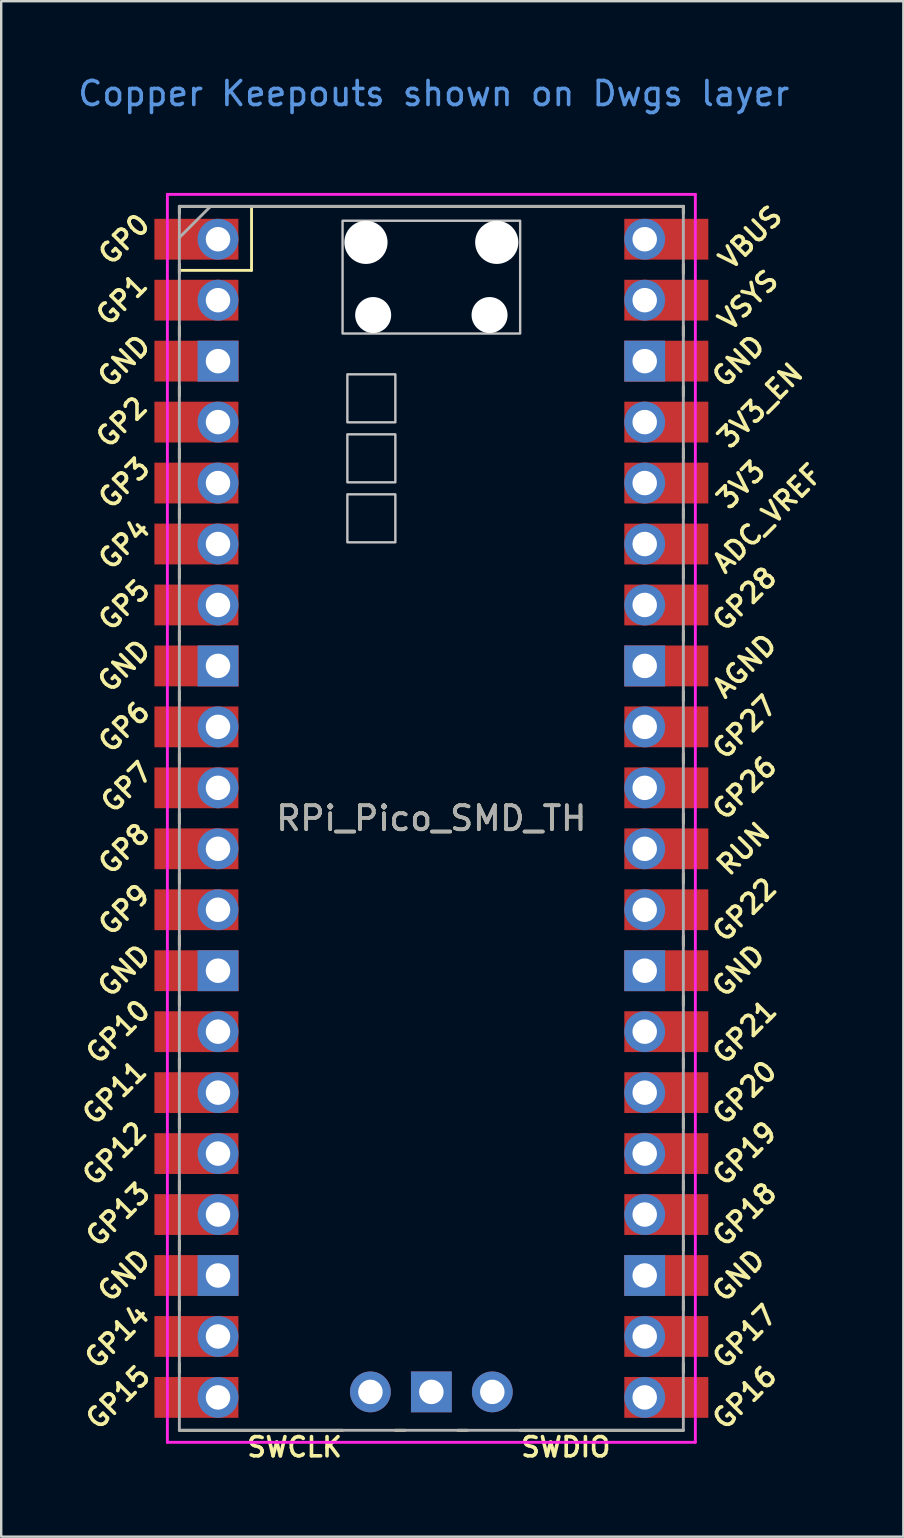
<source format=kicad_pcb>
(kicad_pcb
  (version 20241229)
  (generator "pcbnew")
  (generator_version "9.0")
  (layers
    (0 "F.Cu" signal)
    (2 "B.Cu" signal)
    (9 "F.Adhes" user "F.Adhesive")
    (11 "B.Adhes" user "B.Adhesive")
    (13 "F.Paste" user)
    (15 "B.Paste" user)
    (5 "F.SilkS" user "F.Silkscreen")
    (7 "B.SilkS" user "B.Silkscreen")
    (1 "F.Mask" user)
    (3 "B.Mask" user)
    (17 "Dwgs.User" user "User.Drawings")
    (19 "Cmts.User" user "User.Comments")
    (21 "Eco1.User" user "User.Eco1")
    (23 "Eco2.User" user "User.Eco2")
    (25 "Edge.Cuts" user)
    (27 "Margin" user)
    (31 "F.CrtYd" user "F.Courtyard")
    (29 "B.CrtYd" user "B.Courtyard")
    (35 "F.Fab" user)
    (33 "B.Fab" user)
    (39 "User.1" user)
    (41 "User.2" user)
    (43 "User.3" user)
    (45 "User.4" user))
  (footprint "RPi_Pico_SMD_TH"
    (layer "F.Cu")
    (at 14.924 31.048)
    (property "Reference" "RPi_Pico_SMD_TH" (at 0 0 0) (layer "F.SilkS") (effects (font (size 1 1) (thickness 0.15))))
    (attr through_hole)
    (fp_line (start -10.5 -25.5) (end -10.5 -25.2) (stroke (width 0.12) (type solid)) (layer "F.SilkS"))
    (fp_line (start -10.5 -25.5) (end 10.5 -25.5) (stroke (width 0.12) (type solid)) (layer "F.SilkS"))
    (fp_line (start -10.5 -23.1) (end -10.5 -22.7) (stroke (width 0.12) (type solid)) (layer "F.SilkS"))
    (fp_line (start -10.5 -22.833) (end -7.493 -22.833) (stroke (width 0.12) (type solid)) (layer "F.SilkS"))
    (fp_line (start -10.5 -20.5) (end -10.5 -20.1) (stroke (width 0.12) (type solid)) (layer "F.SilkS"))
    (fp_line (start -10.5 -18) (end -10.5 -17.6) (stroke (width 0.12) (type solid)) (layer "F.SilkS"))
    (fp_line (start -10.5 -15.4) (end -10.5 -15) (stroke (width 0.12) (type solid)) (layer "F.SilkS"))
    (fp_line (start -10.5 -12.9) (end -10.5 -12.5) (stroke (width 0.12) (type solid)) (layer "F.SilkS"))
    (fp_line (start -10.5 -10.4) (end -10.5 -10) (stroke (width 0.12) (type solid)) (layer "F.SilkS"))
    (fp_line (start -10.5 -7.8) (end -10.5 -7.4) (stroke (width 0.12) (type solid)) (layer "F.SilkS"))
    (fp_line (start -10.5 -5.3) (end -10.5 -4.9) (stroke (width 0.12) (type solid)) (layer "F.SilkS"))
    (fp_line (start -10.5 -2.7) (end -10.5 -2.3) (stroke (width 0.12) (type solid)) (layer "F.SilkS"))
    (fp_line (start -10.5 -0.2) (end -10.5 0.2) (stroke (width 0.12) (type solid)) (layer "F.SilkS"))
    (fp_line (start -10.5 2.3) (end -10.5 2.7) (stroke (width 0.12) (type solid)) (layer "F.SilkS"))
    (fp_line (start -10.5 4.9) (end -10.5 5.3) (stroke (width 0.12) (type solid)) (layer "F.SilkS"))
    (fp_line (start -10.5 7.4) (end -10.5 7.8) (stroke (width 0.12) (type solid)) (layer "F.SilkS"))
    (fp_line (start -10.5 10) (end -10.5 10.4) (stroke (width 0.12) (type solid)) (layer "F.SilkS"))
    (fp_line (start -10.5 12.5) (end -10.5 12.9) (stroke (width 0.12) (type solid)) (layer "F.SilkS"))
    (fp_line (start -10.5 15.1) (end -10.5 15.5) (stroke (width 0.12) (type solid)) (layer "F.SilkS"))
    (fp_line (start -10.5 17.6) (end -10.5 18) (stroke (width 0.12) (type solid)) (layer "F.SilkS"))
    (fp_line (start -10.5 20.1) (end -10.5 20.5) (stroke (width 0.12) (type solid)) (layer "F.SilkS"))
    (fp_line (start -10.5 22.7) (end -10.5 23.1) (stroke (width 0.12) (type solid)) (layer "F.SilkS"))
    (fp_line (start -7.493 -22.833) (end -7.493 -25.5) (stroke (width 0.12) (type solid)) (layer "F.SilkS"))
    (fp_line (start -3.7 25.5) (end -10.5 25.5) (stroke (width 0.12) (type solid)) (layer "F.SilkS"))
    (fp_line (start -1.5 25.5) (end -1.1 25.5) (stroke (width 0.12) (type solid)) (layer "F.SilkS"))
    (fp_line (start 1.1 25.5) (end 1.5 25.5) (stroke (width 0.12) (type solid)) (layer "F.SilkS"))
    (fp_line (start 10.5 -25.5) (end 10.5 -25.2) (stroke (width 0.12) (type solid)) (layer "F.SilkS"))
    (fp_line (start 10.5 -23.1) (end 10.5 -22.7) (stroke (width 0.12) (type solid)) (layer "F.SilkS"))
    (fp_line (start 10.5 -20.5) (end 10.5 -20.1) (stroke (width 0.12) (type solid)) (layer "F.SilkS"))
    (fp_line (start 10.5 -18) (end 10.5 -17.6) (stroke (width 0.12) (type solid)) (layer "F.SilkS"))
    (fp_line (start 10.5 -15.4) (end 10.5 -15) (stroke (width 0.12) (type solid)) (layer "F.SilkS"))
    (fp_line (start 10.5 -12.9) (end 10.5 -12.5) (stroke (width 0.12) (type solid)) (layer "F.SilkS"))
    (fp_line (start 10.5 -10.4) (end 10.5 -10) (stroke (width 0.12) (type solid)) (layer "F.SilkS"))
    (fp_line (start 10.5 -7.8) (end 10.5 -7.4) (stroke (width 0.12) (type solid)) (layer "F.SilkS"))
    (fp_line (start 10.5 -5.3) (end 10.5 -4.9) (stroke (width 0.12) (type solid)) (layer "F.SilkS"))
    (fp_line (start 10.5 -2.7) (end 10.5 -2.3) (stroke (width 0.12) (type solid)) (layer "F.SilkS"))
    (fp_line (start 10.5 -0.2) (end 10.5 0.2) (stroke (width 0.12) (type solid)) (layer "F.SilkS"))
    (fp_line (start 10.5 2.3) (end 10.5 2.7) (stroke (width 0.12) (type solid)) (layer "F.SilkS"))
    (fp_line (start 10.5 4.9) (end 10.5 5.3) (stroke (width 0.12) (type solid)) (layer "F.SilkS"))
    (fp_line (start 10.5 7.4) (end 10.5 7.8) (stroke (width 0.12) (type solid)) (layer "F.SilkS"))
    (fp_line (start 10.5 10) (end 10.5 10.4) (stroke (width 0.12) (type solid)) (layer "F.SilkS"))
    (fp_line (start 10.5 12.5) (end 10.5 12.9) (stroke (width 0.12) (type solid)) (layer "F.SilkS"))
    (fp_line (start 10.5 15.1) (end 10.5 15.5) (stroke (width 0.12) (type solid)) (layer "F.SilkS"))
    (fp_line (start 10.5 17.6) (end 10.5 18) (stroke (width 0.12) (type solid)) (layer "F.SilkS"))
    (fp_line (start 10.5 20.1) (end 10.5 20.5) (stroke (width 0.12) (type solid)) (layer "F.SilkS"))
    (fp_line (start 10.5 22.7) (end 10.5 23.1) (stroke (width 0.12) (type solid)) (layer "F.SilkS"))
    (fp_line (start 10.5 25.5) (end 3.7 25.5) (stroke (width 0.12) (type solid)) (layer "F.SilkS"))
    (fp_poly (pts (xy -1.5 -16.5) (xy -3.5 -16.5) (xy -3.5 -18.5) (xy -1.5 -18.5)) (stroke (width 0.1) (type solid)) (fill no) (layer "Dwgs.User"))
    (fp_poly (pts (xy -1.5 -14) (xy -3.5 -14) (xy -3.5 -16) (xy -1.5 -16)) (stroke (width 0.1) (type solid)) (fill no) (layer "Dwgs.User"))
    (fp_poly (pts (xy -1.5 -11.5) (xy -3.5 -11.5) (xy -3.5 -13.5) (xy -1.5 -13.5)) (stroke (width 0.1) (type solid)) (fill no) (layer "Dwgs.User"))
    (fp_poly (pts (xy 3.7 -20.2) (xy -3.7 -20.2) (xy -3.7 -24.9) (xy 3.7 -24.9)) (stroke (width 0.1) (type solid)) (fill no) (layer "Dwgs.User"))
    (fp_line (start -11 -26) (end 11 -26) (stroke (width 0.12) (type solid)) (layer "F.CrtYd"))
    (fp_line (start -11 26) (end -11 -26) (stroke (width 0.12) (type solid)) (layer "F.CrtYd"))
    (fp_line (start 11 -26) (end 11 26) (stroke (width 0.12) (type solid)) (layer "F.CrtYd"))
    (fp_line (start 11 26) (end -11 26) (stroke (width 0.12) (type solid)) (layer "F.CrtYd"))
    (fp_line (start -10.5 -25.5) (end 10.5 -25.5) (stroke (width 0.12) (type solid)) (layer "F.Fab"))
    (fp_line (start -10.5 -24.2) (end -9.2 -25.5) (stroke (width 0.12) (type solid)) (layer "F.Fab"))
    (fp_line (start -10.5 25.5) (end -10.5 -25.5) (stroke (width 0.12) (type solid)) (layer "F.Fab"))
    (fp_line (start 10.5 -25.5) (end 10.5 25.5) (stroke (width 0.12) (type solid)) (layer "F.Fab"))
    (fp_line (start 10.5 25.5) (end -10.5 25.5) (stroke (width 0.12) (type solid)) (layer "F.Fab"))
    (fp_text user "GP20" (at 13.054 11.43 45) (layer "F.SilkS") (effects (font (size 0.8 0.8) (thickness 0.15))))
    (fp_text user "GP13" (at -13.054 16.51 45) (layer "F.SilkS") (effects (font (size 0.8 0.8) (thickness 0.15))))
    (fp_text user "GP0" (at -12.8 -24.13 45) (layer "F.SilkS") (effects (font (size 0.8 0.8) (thickness 0.15))))
    (fp_text user "GND" (at 12.8 -19.05 45) (layer "F.SilkS") (effects (font (size 0.8 0.8) (thickness 0.15))))
    (fp_text user "GP19" (at 13.054 13.97 45) (layer "F.SilkS") (effects (font (size 0.8 0.8) (thickness 0.15))))
    (fp_text user "GND" (at -12.8 -19.05 45) (layer "F.SilkS") (effects (font (size 0.8 0.8) (thickness 0.15))))
    (fp_text user "GP9" (at -12.8 3.81 45) (layer "F.SilkS") (effects (font (size 0.8 0.8) (thickness 0.15))))
    (fp_text user "3V3_EN" (at 13.7 -17.2 45) (layer "F.SilkS") (effects (font (size 0.8 0.8) (thickness 0.15))))
    (fp_text user "GP18" (at 13.054 16.51 45) (layer "F.SilkS") (effects (font (size 0.8 0.8) (thickness 0.15))))
    (fp_text user "GP26" (at 13.054 -1.27 45) (layer "F.SilkS") (effects (font (size 0.8 0.8) (thickness 0.15))))
    (fp_text user "VBUS" (at 13.3 -24.2 45) (layer "F.SilkS") (effects (font (size 0.8 0.8) (thickness 0.15))))
    (fp_text user "SWCLK" (at -5.7 26.2 0) (layer "F.SilkS") (effects (font (size 0.8 0.8) (thickness 0.15))))
    (fp_text user "GP8" (at -12.8 1.27 45) (layer "F.SilkS") (effects (font (size 0.8 0.8) (thickness 0.15))))
    (fp_text user "GND" (at -12.8 19.05 45) (layer "F.SilkS") (effects (font (size 0.8 0.8) (thickness 0.15))))
    (fp_text user "GP27" (at 13.054 -3.8 45) (layer "F.SilkS") (effects (font (size 0.8 0.8) (thickness 0.15))))
    (fp_text user "3V3" (at 12.9 -13.9 45) (layer "F.SilkS") (effects (font (size 0.8 0.8) (thickness 0.15))))
    (fp_text user "GP1" (at -12.9 -21.6 45) (layer "F.SilkS") (effects (font (size 0.8 0.8) (thickness 0.15))))
    (fp_text user "GP16" (at 13.054 24.13 45) (layer "F.SilkS") (effects (font (size 0.8 0.8) (thickness 0.15))))
    (fp_text user "GP15" (at -13.054 24.13 45) (layer "F.SilkS") (effects (font (size 0.8 0.8) (thickness 0.15))))
    (fp_text user "GP3" (at -12.8 -13.97 45) (layer "F.SilkS") (effects (font (size 0.8 0.8) (thickness 0.15))))
    (fp_text user "GP14" (at -13.1 21.59 45) (layer "F.SilkS") (effects (font (size 0.8 0.8) (thickness 0.15))))
    (fp_text user "GP2" (at -12.9 -16.51 45) (layer "F.SilkS") (effects (font (size 0.8 0.8) (thickness 0.15))))
    (fp_text user "GP11" (at -13.2 11.43 45) (layer "F.SilkS") (effects (font (size 0.8 0.8) (thickness 0.15))))
    (fp_text user "GP22" (at 13.054 3.81 45) (layer "F.SilkS") (effects (font (size 0.8 0.8) (thickness 0.15))))
    (fp_text user "GP21" (at 13.054 8.9 45) (layer "F.SilkS") (effects (font (size 0.8 0.8) (thickness 0.15))))
    (fp_text user "VSYS" (at 13.2 -21.59 45) (layer "F.SilkS") (effects (font (size 0.8 0.8) (thickness 0.15))))
    (fp_text user "GP10" (at -13.054 8.89 45) (layer "F.SilkS") (effects (font (size 0.8 0.8) (thickness 0.15))))
    (fp_text user "GND" (at -12.8 -6.35 45) (layer "F.SilkS") (effects (font (size 0.8 0.8) (thickness 0.15))))
    (fp_text user "GND" (at -12.8 6.35 45) (layer "F.SilkS") (effects (font (size 0.8 0.8) (thickness 0.15))))
    (fp_text user "GP4" (at -12.8 -11.43 45) (layer "F.SilkS") (effects (font (size 0.8 0.8) (thickness 0.15))))
    (fp_text user "GP12" (at -13.2 13.97 45) (layer "F.SilkS") (effects (font (size 0.8 0.8) (thickness 0.15))))
    (fp_text user "GP5" (at -12.8 -8.89 45) (layer "F.SilkS") (effects (font (size 0.8 0.8) (thickness 0.15))))
    (fp_text user "SWDIO" (at 5.6 26.2 0) (layer "F.SilkS") (effects (font (size 0.8 0.8) (thickness 0.15))))
    (fp_text user "GP7" (at -12.7 -1.3 45) (layer "F.SilkS") (effects (font (size 0.8 0.8) (thickness 0.15))))
    (fp_text user "RUN" (at 13 1.27 45) (layer "F.SilkS") (effects (font (size 0.8 0.8) (thickness 0.15))))
    (fp_text user "AGND" (at 13.054 -6.35 45) (layer "F.SilkS") (effects (font (size 0.8 0.8) (thickness 0.15))))
    (fp_text user "GP6" (at -12.8 -3.81 45) (layer "F.SilkS") (effects (font (size 0.8 0.8) (thickness 0.15))))
    (fp_text user "GND" (at 12.8 19.05 45) (layer "F.SilkS") (effects (font (size 0.8 0.8) (thickness 0.15))))
    (fp_text user "ADC_VREF" (at 14 -12.5 45) (layer "F.SilkS") (effects (font (size 0.8 0.8) (thickness 0.15))))
    (fp_text user "GP17" (at 13.054 21.59 45) (layer "F.SilkS") (effects (font (size 0.8 0.8) (thickness 0.15))))
    (fp_text user "GP28" (at 13.054 -9.144 45) (layer "F.SilkS") (effects (font (size 0.8 0.8) (thickness 0.15))))
    (fp_text user "GND" (at 12.8 6.35 45) (layer "F.SilkS") (effects (font (size 0.8 0.8) (thickness 0.15))))
    (fp_text user "Copper Keepouts shown on Dwgs layer" (at 0.1 -30.2 0) (layer "Cmts.User") (effects (font (size 1 1) (thickness 0.15))))
    (fp_text user "${REFERENCE}" (at 0 0 180) (layer "F.Fab") (effects (font (size 1 1) (thickness 0.15))))
    (pad "" np_thru_hole oval (at -2.725 -24) (size 1.8 1.8) (drill 1.8) (layers "*.Cu" "*.Mask"))
    (pad "" np_thru_hole oval (at -2.425 -20.97) (size 1.5 1.5) (drill 1.5) (layers "*.Cu" "*.Mask"))
    (pad "" np_thru_hole oval (at 2.425 -20.97) (size 1.5 1.5) (drill 1.5) (layers "*.Cu" "*.Mask"))
    (pad "" np_thru_hole oval (at 2.725 -24) (size 1.8 1.8) (drill 1.8) (layers "*.Cu" "*.Mask"))
    (pad "1" thru_hole oval (at -8.89 -24.13) (size 1.7 1.7) (drill 1.02) (layers "*.Cu" "*.Mask"))
    (pad "1" smd rect (at -8.89 -24.13) (size 3.5 1.7) (drill (offset -0.9 0)) (layers "F.Cu" "F.Mask"))
    (pad "2" thru_hole oval (at -8.89 -21.59) (size 1.7 1.7) (drill 1.02) (layers "*.Cu" "*.Mask"))
    (pad "2" smd rect (at -8.89 -21.59) (size 3.5 1.7) (drill (offset -0.9 0)) (layers "F.Cu" "F.Mask"))
    (pad "3" thru_hole rect (at -8.89 -19.05) (size 1.7 1.7) (drill 1.02) (layers "*.Cu" "*.Mask"))
    (pad "3" smd rect (at -8.89 -19.05) (size 3.5 1.7) (drill (offset -0.9 0)) (layers "F.Cu" "F.Mask"))
    (pad "4" thru_hole oval (at -8.89 -16.51) (size 1.7 1.7) (drill 1.02) (layers "*.Cu" "*.Mask"))
    (pad "4" smd rect (at -8.89 -16.51) (size 3.5 1.7) (drill (offset -0.9 0)) (layers "F.Cu" "F.Mask"))
    (pad "5" thru_hole oval (at -8.89 -13.97) (size 1.7 1.7) (drill 1.02) (layers "*.Cu" "*.Mask"))
    (pad "5" smd rect (at -8.89 -13.97) (size 3.5 1.7) (drill (offset -0.9 0)) (layers "F.Cu" "F.Mask"))
    (pad "6" thru_hole oval (at -8.89 -11.43) (size 1.7 1.7) (drill 1.02) (layers "*.Cu" "*.Mask"))
    (pad "6" smd rect (at -8.89 -11.43) (size 3.5 1.7) (drill (offset -0.9 0)) (layers "F.Cu" "F.Mask"))
    (pad "7" thru_hole oval (at -8.89 -8.89) (size 1.7 1.7) (drill 1.02) (layers "*.Cu" "*.Mask"))
    (pad "7" smd rect (at -8.89 -8.89) (size 3.5 1.7) (drill (offset -0.9 0)) (layers "F.Cu" "F.Mask"))
    (pad "8" thru_hole rect (at -8.89 -6.35) (size 1.7 1.7) (drill 1.02) (layers "*.Cu" "*.Mask"))
    (pad "8" smd rect (at -8.89 -6.35) (size 3.5 1.7) (drill (offset -0.9 0)) (layers "F.Cu" "F.Mask"))
    (pad "9" thru_hole oval (at -8.89 -3.81) (size 1.7 1.7) (drill 1.02) (layers "*.Cu" "*.Mask"))
    (pad "9" smd rect (at -8.89 -3.81) (size 3.5 1.7) (drill (offset -0.9 0)) (layers "F.Cu" "F.Mask"))
    (pad "10" thru_hole oval (at -8.89 -1.27) (size 1.7 1.7) (drill 1.02) (layers "*.Cu" "*.Mask"))
    (pad "10" smd rect (at -8.89 -1.27) (size 3.5 1.7) (drill (offset -0.9 0)) (layers "F.Cu" "F.Mask"))
    (pad "11" thru_hole oval (at -8.89 1.27) (size 1.7 1.7) (drill 1.02) (layers "*.Cu" "*.Mask"))
    (pad "11" smd rect (at -8.89 1.27) (size 3.5 1.7) (drill (offset -0.9 0)) (layers "F.Cu" "F.Mask"))
    (pad "12" thru_hole oval (at -8.89 3.81) (size 1.7 1.7) (drill 1.02) (layers "*.Cu" "*.Mask"))
    (pad "12" smd rect (at -8.89 3.81) (size 3.5 1.7) (drill (offset -0.9 0)) (layers "F.Cu" "F.Mask"))
    (pad "13" thru_hole rect (at -8.89 6.35) (size 1.7 1.7) (drill 1.02) (layers "*.Cu" "*.Mask"))
    (pad "13" smd rect (at -8.89 6.35) (size 3.5 1.7) (drill (offset -0.9 0)) (layers "F.Cu" "F.Mask"))
    (pad "14" thru_hole oval (at -8.89 8.89) (size 1.7 1.7) (drill 1.02) (layers "*.Cu" "*.Mask"))
    (pad "14" smd rect (at -8.89 8.89) (size 3.5 1.7) (drill (offset -0.9 0)) (layers "F.Cu" "F.Mask"))
    (pad "15" thru_hole oval (at -8.89 11.43) (size 1.7 1.7) (drill 1.02) (layers "*.Cu" "*.Mask"))
    (pad "15" smd rect (at -8.89 11.43) (size 3.5 1.7) (drill (offset -0.9 0)) (layers "F.Cu" "F.Mask"))
    (pad "16" thru_hole oval (at -8.89 13.97) (size 1.7 1.7) (drill 1.02) (layers "*.Cu" "*.Mask"))
    (pad "16" smd rect (at -8.89 13.97) (size 3.5 1.7) (drill (offset -0.9 0)) (layers "F.Cu" "F.Mask"))
    (pad "17" thru_hole oval (at -8.89 16.51) (size 1.7 1.7) (drill 1.02) (layers "*.Cu" "*.Mask"))
    (pad "17" smd rect (at -8.89 16.51) (size 3.5 1.7) (drill (offset -0.9 0)) (layers "F.Cu" "F.Mask"))
    (pad "18" thru_hole rect (at -8.89 19.05) (size 1.7 1.7) (drill 1.02) (layers "*.Cu" "*.Mask"))
    (pad "18" smd rect (at -8.89 19.05) (size 3.5 1.7) (drill (offset -0.9 0)) (layers "F.Cu" "F.Mask"))
    (pad "19" thru_hole oval (at -8.89 21.59) (size 1.7 1.7) (drill 1.02) (layers "*.Cu" "*.Mask"))
    (pad "19" smd rect (at -8.89 21.59) (size 3.5 1.7) (drill (offset -0.9 0)) (layers "F.Cu" "F.Mask"))
    (pad "20" thru_hole oval (at -8.89 24.13) (size 1.7 1.7) (drill 1.02) (layers "*.Cu" "*.Mask"))
    (pad "20" smd rect (at -8.89 24.13) (size 3.5 1.7) (drill (offset -0.9 0)) (layers "F.Cu" "F.Mask"))
    (pad "21" thru_hole oval (at 8.89 24.13) (size 1.7 1.7) (drill 1.02) (layers "*.Cu" "*.Mask"))
    (pad "21" smd rect (at 8.89 24.13) (size 3.5 1.7) (drill (offset 0.9 0)) (layers "F.Cu" "F.Mask"))
    (pad "22" thru_hole oval (at 8.89 21.59) (size 1.7 1.7) (drill 1.02) (layers "*.Cu" "*.Mask"))
    (pad "22" smd rect (at 8.89 21.59) (size 3.5 1.7) (drill (offset 0.9 0)) (layers "F.Cu" "F.Mask"))
    (pad "23" thru_hole rect (at 8.89 19.05) (size 1.7 1.7) (drill 1.02) (layers "*.Cu" "*.Mask"))
    (pad "23" smd rect (at 8.89 19.05) (size 3.5 1.7) (drill (offset 0.9 0)) (layers "F.Cu" "F.Mask"))
    (pad "24" thru_hole oval (at 8.89 16.51) (size 1.7 1.7) (drill 1.02) (layers "*.Cu" "*.Mask"))
    (pad "24" smd rect (at 8.89 16.51) (size 3.5 1.7) (drill (offset 0.9 0)) (layers "F.Cu" "F.Mask"))
    (pad "25" thru_hole oval (at 8.89 13.97) (size 1.7 1.7) (drill 1.02) (layers "*.Cu" "*.Mask"))
    (pad "25" smd rect (at 8.89 13.97) (size 3.5 1.7) (drill (offset 0.9 0)) (layers "F.Cu" "F.Mask"))
    (pad "26" thru_hole oval (at 8.89 11.43) (size 1.7 1.7) (drill 1.02) (layers "*.Cu" "*.Mask"))
    (pad "26" smd rect (at 8.89 11.43) (size 3.5 1.7) (drill (offset 0.9 0)) (layers "F.Cu" "F.Mask"))
    (pad "27" thru_hole oval (at 8.89 8.89) (size 1.7 1.7) (drill 1.02) (layers "*.Cu" "*.Mask"))
    (pad "27" smd rect (at 8.89 8.89) (size 3.5 1.7) (drill (offset 0.9 0)) (layers "F.Cu" "F.Mask"))
    (pad "28" thru_hole rect (at 8.89 6.35) (size 1.7 1.7) (drill 1.02) (layers "*.Cu" "*.Mask"))
    (pad "28" smd rect (at 8.89 6.35) (size 3.5 1.7) (drill (offset 0.9 0)) (layers "F.Cu" "F.Mask"))
    (pad "29" thru_hole oval (at 8.89 3.81) (size 1.7 1.7) (drill 1.02) (layers "*.Cu" "*.Mask"))
    (pad "29" smd rect (at 8.89 3.81) (size 3.5 1.7) (drill (offset 0.9 0)) (layers "F.Cu" "F.Mask"))
    (pad "30" thru_hole oval (at 8.89 1.27) (size 1.7 1.7) (drill 1.02) (layers "*.Cu" "*.Mask"))
    (pad "30" smd rect (at 8.89 1.27) (size 3.5 1.7) (drill (offset 0.9 0)) (layers "F.Cu" "F.Mask"))
    (pad "31" thru_hole oval (at 8.89 -1.27) (size 1.7 1.7) (drill 1.02) (layers "*.Cu" "*.Mask"))
    (pad "31" smd rect (at 8.89 -1.27) (size 3.5 1.7) (drill (offset 0.9 0)) (layers "F.Cu" "F.Mask"))
    (pad "32" thru_hole oval (at 8.89 -3.81) (size 1.7 1.7) (drill 1.02) (layers "*.Cu" "*.Mask"))
    (pad "32" smd rect (at 8.89 -3.81) (size 3.5 1.7) (drill (offset 0.9 0)) (layers "F.Cu" "F.Mask"))
    (pad "33" thru_hole rect (at 8.89 -6.35) (size 1.7 1.7) (drill 1.02) (layers "*.Cu" "*.Mask"))
    (pad "33" smd rect (at 8.89 -6.35) (size 3.5 1.7) (drill (offset 0.9 0)) (layers "F.Cu" "F.Mask"))
    (pad "34" thru_hole oval (at 8.89 -8.89) (size 1.7 1.7) (drill 1.02) (layers "*.Cu" "*.Mask"))
    (pad "34" smd rect (at 8.89 -8.89) (size 3.5 1.7) (drill (offset 0.9 0)) (layers "F.Cu" "F.Mask"))
    (pad "35" thru_hole oval (at 8.89 -11.43) (size 1.7 1.7) (drill 1.02) (layers "*.Cu" "*.Mask"))
    (pad "35" smd rect (at 8.89 -11.43) (size 3.5 1.7) (drill (offset 0.9 0)) (layers "F.Cu" "F.Mask"))
    (pad "36" thru_hole oval (at 8.89 -13.97) (size 1.7 1.7) (drill 1.02) (layers "*.Cu" "*.Mask"))
    (pad "36" smd rect (at 8.89 -13.97) (size 3.5 1.7) (drill (offset 0.9 0)) (layers "F.Cu" "F.Mask"))
    (pad "37" thru_hole oval (at 8.89 -16.51) (size 1.7 1.7) (drill 1.02) (layers "*.Cu" "*.Mask"))
    (pad "37" smd rect (at 8.89 -16.51) (size 3.5 1.7) (drill (offset 0.9 0)) (layers "F.Cu" "F.Mask"))
    (pad "38" thru_hole rect (at 8.89 -19.05) (size 1.7 1.7) (drill 1.02) (layers "*.Cu" "*.Mask"))
    (pad "38" smd rect (at 8.89 -19.05) (size 3.5 1.7) (drill (offset 0.9 0)) (layers "F.Cu" "F.Mask"))
    (pad "39" thru_hole oval (at 8.89 -21.59) (size 1.7 1.7) (drill 1.02) (layers "*.Cu" "*.Mask"))
    (pad "39" smd rect (at 8.89 -21.59) (size 3.5 1.7) (drill (offset 0.9 0)) (layers "F.Cu" "F.Mask"))
    (pad "40" thru_hole oval (at 8.89 -24.13) (size 1.7 1.7) (drill 1.02) (layers "*.Cu" "*.Mask"))
    (pad "40" smd rect (at 8.89 -24.13) (size 3.5 1.7) (drill (offset 0.9 0)) (layers "F.Cu" "F.Mask"))
    (pad "41" thru_hole oval (at -2.54 23.9) (size 1.7 1.7) (drill 1.02) (layers "*.Cu" "*.Mask"))
    (pad "42" thru_hole rect (at 0 23.9) (size 1.7 1.7) (drill 1.02) (layers "*.Cu" "*.Mask"))
    (pad "43" thru_hole oval (at 2.54 23.9) (size 1.7 1.7) (drill 1.02) (layers "*.Cu" "*.Mask")))
  (gr_rect
    (start -3 -3)
    (end 34.591 60.98)
    (stroke (width 0.1) (type default))
    (fill no)
    (layer "Edge.Cuts")))
</source>
